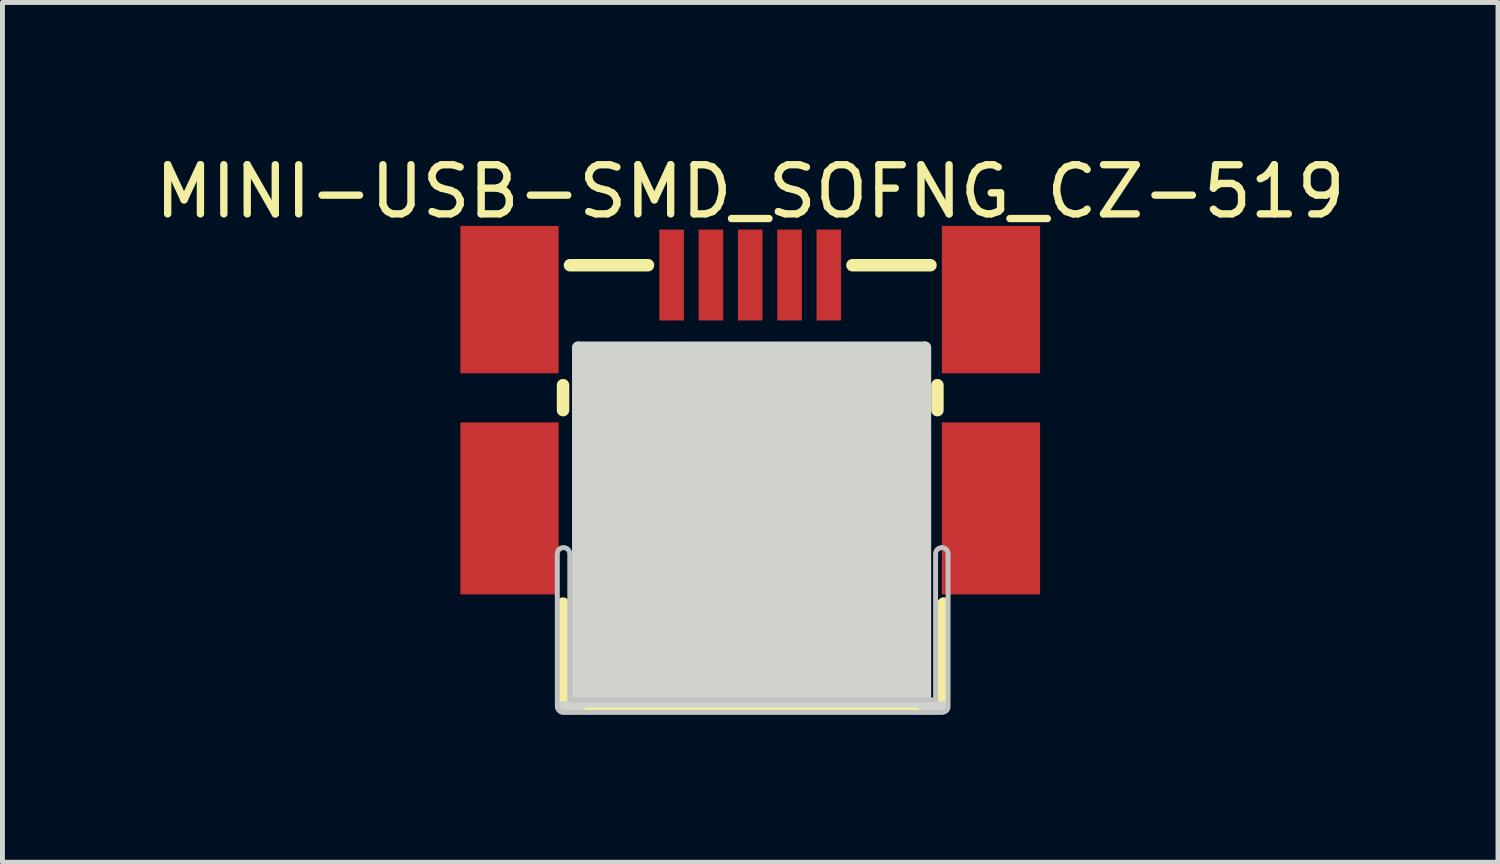
<source format=kicad_pcb>
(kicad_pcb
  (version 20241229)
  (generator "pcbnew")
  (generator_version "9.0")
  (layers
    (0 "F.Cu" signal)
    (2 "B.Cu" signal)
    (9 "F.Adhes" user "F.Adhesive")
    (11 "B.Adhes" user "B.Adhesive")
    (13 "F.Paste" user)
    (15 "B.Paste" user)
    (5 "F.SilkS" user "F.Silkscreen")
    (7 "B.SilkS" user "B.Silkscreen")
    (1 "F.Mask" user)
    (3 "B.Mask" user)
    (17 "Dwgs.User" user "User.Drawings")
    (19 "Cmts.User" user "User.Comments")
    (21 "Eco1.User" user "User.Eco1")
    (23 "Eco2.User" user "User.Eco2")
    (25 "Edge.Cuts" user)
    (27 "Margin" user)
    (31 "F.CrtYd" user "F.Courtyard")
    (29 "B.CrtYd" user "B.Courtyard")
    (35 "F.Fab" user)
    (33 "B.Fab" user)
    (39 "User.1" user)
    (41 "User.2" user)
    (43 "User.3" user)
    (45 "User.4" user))
  (footprint "MINI-USB-SMD_SOFNG_CZ-519"
    (layer "F.Cu")
    (at 12.22 4.923)
    (property "Reference" "MINI-USB-SMD_SOFNG_CZ-519" (at 0 -4.075 0) (unlocked yes) (layer "F.SilkS") (effects (font (size 1 1) (thickness 0.15))))
    (fp_line (start -3.81 -0.133) (end -3.81 0.375) (stroke (width 0.254) (type default)) (layer "F.SilkS"))
    (fp_line (start -3.81 4.312) (end -3.81 6.425) (stroke (width 0.254) (type default)) (layer "F.SilkS"))
    (fp_line (start -3.81 6.425) (end 3.937 6.425) (stroke (width 0.254) (type default)) (layer "F.SilkS"))
    (fp_line (start -3.086 4.881) (end -2.636 1.282) (stroke (width 0.102) (type default)) (layer "F.SilkS"))
    (fp_line (start -2.688 4.483) (end -2.486 2.882) (stroke (width 0.102) (type default)) (layer "F.SilkS"))
    (fp_line (start -2.636 1.282) (end -2.337 1.282) (stroke (width 0.102) (type default)) (layer "F.SilkS"))
    (fp_line (start -2.486 2.882) (end -2.286 4.483) (stroke (width 0.102) (type default)) (layer "F.SilkS"))
    (fp_line (start -2.337 1.282) (end -1.887 4.881) (stroke (width 0.102) (type default)) (layer "F.SilkS"))
    (fp_line (start -2.286 4.483) (end -2.688 4.483) (stroke (width 0.102) (type default)) (layer "F.SilkS"))
    (fp_line (start -2.081 -2.575) (end -3.669 -2.575) (stroke (width 0.254) (type default)) (layer "F.SilkS"))
    (fp_line (start -1.887 4.881) (end -3.086 4.881) (stroke (width 0.102) (type default)) (layer "F.SilkS"))
    (fp_line (start -0.79 -0.089) (end -0.762 -0.089) (stroke (width 0.102) (type default)) (layer "F.SilkS"))
    (fp_line (start -0.79 4.704) (end -0.79 -0.089) (stroke (width 0.102) (type default)) (layer "F.SilkS"))
    (fp_line (start -0.762 -0.089) (end 0.737 -0.089) (stroke (width 0.102) (type default)) (layer "F.SilkS"))
    (fp_line (start -0.457 2.705) (end -0.457 4.704) (stroke (width 0.102) (type default)) (layer "F.SilkS"))
    (fp_line (start -0.457 4.704) (end -0.79 4.704) (stroke (width 0.102) (type default)) (layer "F.SilkS"))
    (fp_line (start -0.254 0.292) (end -0.457 2.705) (stroke (width 0.102) (type default)) (layer "F.SilkS"))
    (fp_line (start 0.152 0.292) (end -0.254 0.292) (stroke (width 0.102) (type default)) (layer "F.SilkS"))
    (fp_line (start 0.355 2.705) (end 0.152 0.292) (stroke (width 0.102) (type default)) (layer "F.SilkS"))
    (fp_line (start 0.355 4.704) (end 0.355 2.705) (stroke (width 0.102) (type default)) (layer "F.SilkS"))
    (fp_line (start 0.737 -0.089) (end 0.737 4.704) (stroke (width 0.102) (type default)) (layer "F.SilkS"))
    (fp_line (start 0.737 4.704) (end 0.355 4.704) (stroke (width 0.102) (type default)) (layer "F.SilkS"))
    (fp_line (start 1.91 4.78) (end 2.36 1.181) (stroke (width 0.102) (type default)) (layer "F.SilkS"))
    (fp_line (start 2.081 -2.575) (end 3.669 -2.575) (stroke (width 0.254) (type default)) (layer "F.SilkS"))
    (fp_line (start 2.309 4.381) (end 2.51 2.781) (stroke (width 0.102) (type default)) (layer "F.SilkS"))
    (fp_line (start 2.36 1.181) (end 2.659 1.181) (stroke (width 0.102) (type default)) (layer "F.SilkS"))
    (fp_line (start 2.51 2.781) (end 2.71 4.381) (stroke (width 0.102) (type default)) (layer "F.SilkS"))
    (fp_line (start 2.659 1.181) (end 3.109 4.78) (stroke (width 0.102) (type default)) (layer "F.SilkS"))
    (fp_line (start 2.71 4.381) (end 2.309 4.381) (stroke (width 0.102) (type default)) (layer "F.SilkS"))
    (fp_line (start 3.109 4.78) (end 1.91 4.78) (stroke (width 0.102) (type default)) (layer "F.SilkS"))
    (fp_line (start 3.81 0.375) (end 3.81 -0.133) (stroke (width 0.254) (type default)) (layer "F.SilkS"))
    (fp_line (start 3.937 6.425) (end 3.937 4.312) (stroke (width 0.254) (type default)) (layer "F.SilkS"))
    (fp_poly (pts (arc (start -3.927 3.3) (mid -3.8 3.173) (end -3.673 3.3)) (xy -3.673 6.273) (xy 3.773 6.273) (arc (start 3.773 3.3) (mid 3.9 3.173) (end 4.027 3.3)) (arc (start 4.027 6.4) (mid 3.989803 6.489803) (end 3.9 6.527)) (arc (start -3.8 6.527) (mid -3.889803 6.489803) (end -3.927 6.4))) (stroke (width 0.1) (type default)) (fill no) (layer "Dwgs.User"))
    (fp_line (start -3.81 6.425) (end -3.5 6.425) (stroke (width 0.254) (type default)) (layer "Edge.Cuts"))
    (fp_line (start -3.5 -0.895) (end 3.556 -0.895) (stroke (width 0.254) (type default)) (layer "Edge.Cuts"))
    (fp_line (start -3.5 6.425) (end -3.5 -0.895) (stroke (width 0.254) (type default)) (layer "Edge.Cuts"))
    (fp_line (start 3.556 -0.895) (end 3.556 6.425) (stroke (width 0.254) (type default)) (layer "Edge.Cuts"))
    (fp_line (start 3.556 6.425) (end 3.937 6.425) (stroke (width 0.254) (type default)) (layer "Edge.Cuts"))
    (fp_poly (pts (xy -3.5 -0.895) (xy 3.556 -0.895) (xy 3.556 6.425) (xy -3.556 6.425)) (stroke (width 0) (type default)) (fill yes) (layer "Edge.Cuts"))
    (fp_poly (pts (xy -5 -2.625) (xy -3.5 -2.625) (xy -3.5 -1.125) (xy -5 -1.125)) (stroke (width 0.1) (type default)) (fill no) (layer "User.1"))
    (fp_poly (pts (xy -5 1.329) (xy -3.5 1.329) (xy -3.5 3.329) (xy -5 3.329)) (stroke (width 0.1) (type default)) (fill no) (layer "User.1"))
    (fp_poly (pts (xy -1.8 -2.575) (xy -1.4 -2.575) (xy -1.4 -1.775) (xy -1.8 -1.775)) (stroke (width 0.1) (type default)) (fill no) (layer "User.1"))
    (fp_poly (pts (xy -1 -2.575) (xy -0.6 -2.575) (xy -0.6 -1.775) (xy -1 -1.775)) (stroke (width 0.1) (type default)) (fill no) (layer "User.1"))
    (fp_poly (pts (xy -0.2 -2.575) (xy 0.2 -2.575) (xy 0.2 -1.775) (xy -0.2 -1.775)) (stroke (width 0.1) (type default)) (fill no) (layer "User.1"))
    (fp_poly (pts (xy 0.6 -2.575) (xy 1 -2.575) (xy 1 -1.775) (xy 0.6 -1.775)) (stroke (width 0.1) (type default)) (fill no) (layer "User.1"))
    (fp_poly (pts (xy 1.4 -2.575) (xy 1.8 -2.575) (xy 1.8 -1.775) (xy 1.4 -1.775)) (stroke (width 0.1) (type default)) (fill no) (layer "User.1"))
    (fp_poly (pts (xy 3.5 -2.625) (xy 5 -2.625) (xy 5 -1.125) (xy 3.5 -1.125)) (stroke (width 0.1) (type default)) (fill no) (layer "User.1"))
    (fp_poly (pts (xy 3.5 1.329) (xy 5 1.329) (xy 5 3.329) (xy 3.5 3.329)) (stroke (width 0.1) (type default)) (fill no) (layer "User.1"))
    (fp_line (start -3.85 -2.62) (end 3.85 -2.62) (stroke (width 0.051) (type default)) (layer "User.2"))
    (fp_line (start -3.85 6.38) (end -3.85 -2.62) (stroke (width 0.051) (type default)) (layer "User.2"))
    (fp_line (start 3.85 -2.62) (end 3.85 6.38) (stroke (width 0.051) (type default)) (layer "User.2"))
    (fp_line (start 3.85 6.38) (end -3.85 6.38) (stroke (width 0.051) (type default)) (layer "User.2"))
    (fp_poly (pts (xy -4.94 -2.625) (xy -4.958 -2.667) (xy -5 -2.685) (xy -5.042 -2.667) (xy -5.06 -2.625) (xy -5.042 -2.583) (xy -5 -2.565) (xy -4.958 -2.583)) (stroke (width 0.1) (type default)) (fill no) (layer "User.3"))
    (pad "1" smd rect (at -1.6 -2.375) (size 0.5 1.85) (layers "F.Cu" "F.Mask" "F.Paste"))
    (pad "2" smd rect (at -0.8 -2.375) (size 0.5 1.85) (layers "F.Cu" "F.Mask" "F.Paste"))
    (pad "3" smd rect (at 0 -2.375) (size 0.5 1.85) (layers "F.Cu" "F.Mask" "F.Paste"))
    (pad "4" smd rect (at 0.8 -2.375) (size 0.5 1.85) (layers "F.Cu" "F.Mask" "F.Paste"))
    (pad "5" smd rect (at 1.6 -2.375) (size 0.5 1.85) (layers "F.Cu" "F.Mask" "F.Paste"))
    (pad "6" smd rect (at 4.9 -1.875) (size 2 3) (layers "F.Cu" "F.Mask" "F.Paste"))
    (pad "7" smd rect (at 4.9 2.375) (size 2 3.5) (layers "F.Cu" "F.Mask" "F.Paste"))
    (pad "8" smd rect (at -4.9 -1.875) (size 2 3) (layers "F.Cu" "F.Mask" "F.Paste"))
    (pad "9" smd rect (at -4.9 2.375) (size 2 3.5) (layers "F.Cu" "F.Mask" "F.Paste")))
  (gr_rect
    (start -3 -3)
    (end 27.44 14.5)
    (stroke (width 0.1) (type default))
    (fill no)
    (layer "Edge.Cuts")))
</source>
